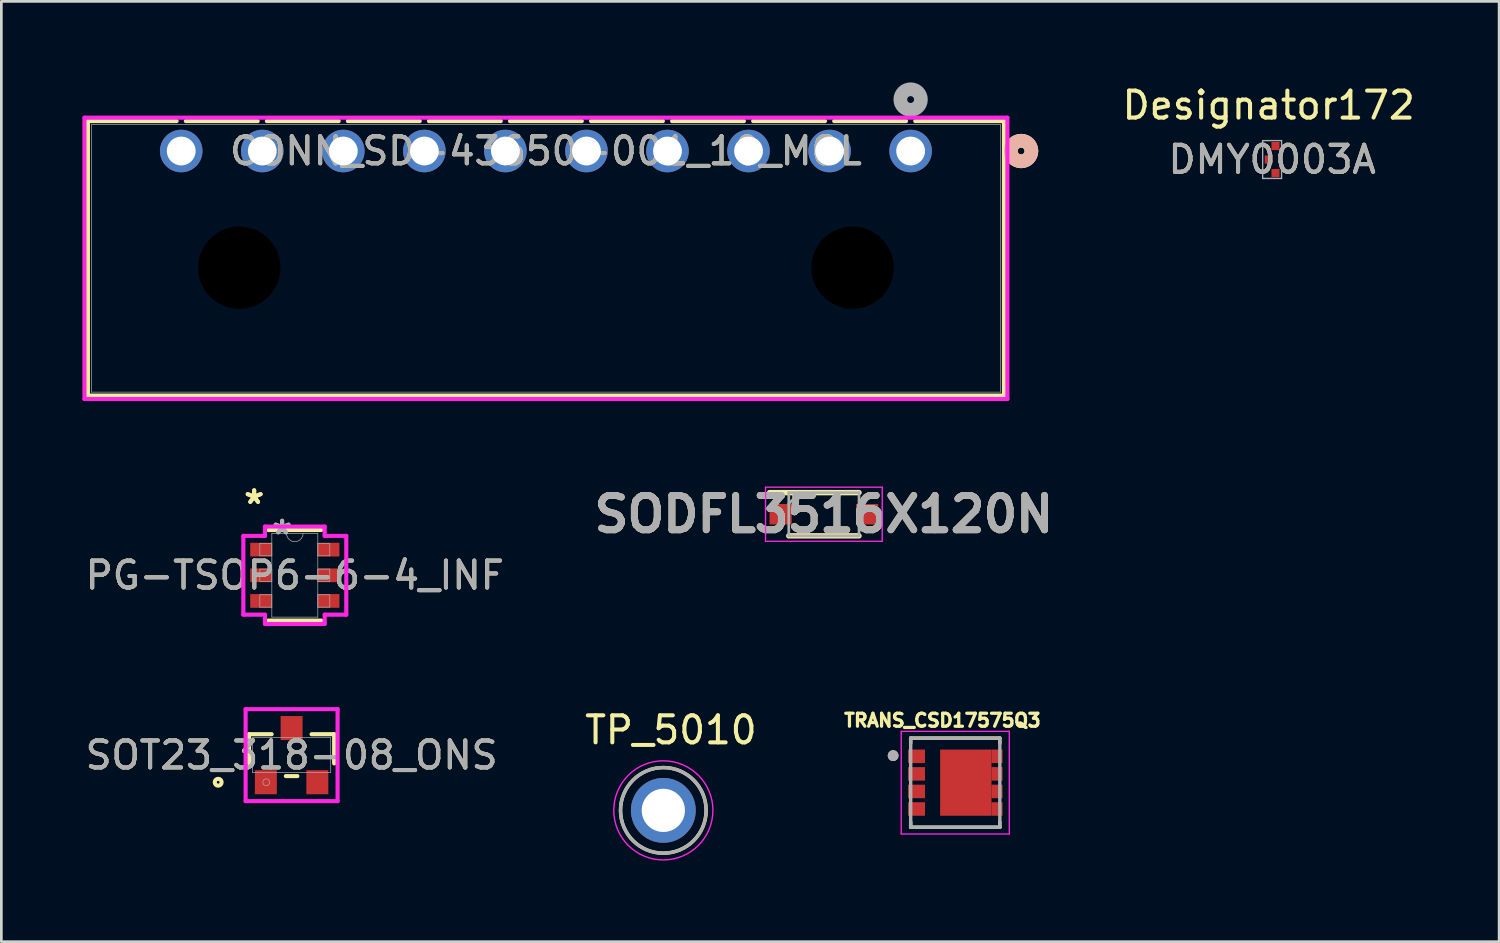
<source format=kicad_pcb>
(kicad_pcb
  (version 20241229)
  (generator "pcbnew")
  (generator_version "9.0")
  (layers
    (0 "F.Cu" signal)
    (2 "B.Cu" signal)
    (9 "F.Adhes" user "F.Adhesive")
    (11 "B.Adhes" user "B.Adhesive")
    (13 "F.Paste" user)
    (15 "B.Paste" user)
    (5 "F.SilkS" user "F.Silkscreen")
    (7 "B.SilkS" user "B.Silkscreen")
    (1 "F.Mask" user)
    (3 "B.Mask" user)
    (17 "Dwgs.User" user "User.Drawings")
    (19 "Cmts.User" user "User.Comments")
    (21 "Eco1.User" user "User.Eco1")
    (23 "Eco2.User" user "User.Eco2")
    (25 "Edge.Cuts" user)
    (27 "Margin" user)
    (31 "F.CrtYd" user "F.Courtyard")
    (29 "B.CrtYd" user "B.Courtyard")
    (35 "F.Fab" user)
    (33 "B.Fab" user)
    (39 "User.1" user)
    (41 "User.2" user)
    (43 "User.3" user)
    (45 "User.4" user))
  (footprint "TP_5010"
    (layer "F.Cu")
    (at 21.504 26.947)
    (property "Reference" "TP_5010" (at 0.28 -2.973 0) (layer "F.SilkS") (effects (font (size 1.001 1.001) (thickness 0.15))))
    (attr through_hole)
    (fp_circle (center 0 0) (end 1.585 0) (stroke (width 0.127) (type solid)) (fill no) (layer "F.SilkS"))
    (fp_circle (center 0 0) (end 1.835 0) (stroke (width 0.05) (type solid)) (fill no) (layer "F.CrtYd"))
    (fp_circle (center 0 0) (end 1.585 0) (stroke (width 0.127) (type solid)) (fill no) (layer "F.Fab"))
    (pad "1" thru_hole circle (at 0 0) (size 2.4 2.4) (drill 1.6) (layers "*.Cu" "*.Mask")))
  (footprint "SOT23_318-08_ONS"
    (layer "F.Cu")
    (at 7.744 24.903)
    (property "Reference" "SOT23_318-08_ONS" (at 0 0 0) (unlocked yes) (layer "F.SilkS") (effects (font (size 1 1) (thickness 0.15))))
    (attr smd)
    (fp_line (start -1.575 -0.775) (end -1.575 0.306) (stroke (width 0.152) (type solid)) (layer "F.SilkS"))
    (fp_line (start -0.739 -0.775) (end -1.575 -0.775) (stroke (width 0.152) (type solid)) (layer "F.SilkS"))
    (fp_line (start -0.213 0.775) (end 0.213 0.775) (stroke (width 0.152) (type solid)) (layer "F.SilkS"))
    (fp_line (start 1.575 -0.775) (end 0.739 -0.775) (stroke (width 0.152) (type solid)) (layer "F.SilkS"))
    (fp_line (start 1.575 0.306) (end 1.575 -0.775) (stroke (width 0.152) (type solid)) (layer "F.SilkS"))
    (fp_circle (center -2.718 1.003) (end -2.591 1.003) (stroke (width 0.152) (type solid)) (fill no) (layer "F.SilkS"))
    (fp_line (start -1.702 -1.702) (end 1.702 -1.702) (stroke (width 0.152) (type solid)) (layer "F.CrtYd"))
    (fp_line (start -1.702 1.702) (end -1.702 -1.702) (stroke (width 0.152) (type solid)) (layer "F.CrtYd"))
    (fp_line (start 1.702 -1.702) (end 1.702 1.702) (stroke (width 0.152) (type solid)) (layer "F.CrtYd"))
    (fp_line (start 1.702 1.702) (end -1.702 1.702) (stroke (width 0.152) (type solid)) (layer "F.CrtYd"))
    (fp_line (start -1.448 -0.648) (end -1.448 0.648) (stroke (width 0.025) (type solid)) (layer "F.Fab"))
    (fp_line (start -1.448 0.648) (end 1.448 0.648) (stroke (width 0.025) (type solid)) (layer "F.Fab"))
    (fp_line (start 1.448 -0.648) (end -1.448 -0.648) (stroke (width 0.025) (type solid)) (layer "F.Fab"))
    (fp_line (start 1.448 0.648) (end 1.448 -0.648) (stroke (width 0.025) (type solid)) (layer "F.Fab"))
    (fp_circle (center -0.94 1.003) (end -0.813 1.003) (stroke (width 0.025) (type solid)) (fill no) (layer "F.Fab"))
    (fp_text user "${REFERENCE}" (at 0 0 0) (unlocked yes) (layer "F.Fab") (effects (font (size 1 1) (thickness 0.15))))
    (pad "1" smd rect (at -0.953 1.003) (size 0.813 0.889) (layers "F.Cu" "F.Mask" "F.Paste"))
    (pad "2" smd rect (at 0.953 1.003) (size 0.813 0.889) (layers "F.Cu" "F.Mask" "F.Paste"))
    (pad "3" smd rect (at 0 -1.003) (size 0.813 0.889) (layers "F.Cu" "F.Mask" "F.Paste")))
  (footprint "SODFL3516X120N"
    (layer "F.Cu")
    (at 27.447 15.985)
    (property "Reference" "SODFL3516X120N" (at 0 0 0) (layer "F.SilkS") (effects (font (size 1.27 1.27) (thickness 0.254))))
    (attr smd)
    (fp_line (start -2.01 -0.8) (end 1.3 -0.8) (stroke (width 0.2) (type solid)) (layer "F.SilkS"))
    (fp_line (start -1.3 0.8) (end 1.3 0.8) (stroke (width 0.2) (type solid)) (layer "F.SilkS"))
    (fp_line (start -2.16 -1) (end 2.16 -1) (stroke (width 0.05) (type solid)) (layer "F.CrtYd"))
    (fp_line (start -2.16 1) (end -2.16 -1) (stroke (width 0.05) (type solid)) (layer "F.CrtYd"))
    (fp_line (start 2.16 -1) (end 2.16 1) (stroke (width 0.05) (type solid)) (layer "F.CrtYd"))
    (fp_line (start 2.16 1) (end -2.16 1) (stroke (width 0.05) (type solid)) (layer "F.CrtYd"))
    (fp_line (start -1.3 -0.8) (end 1.3 -0.8) (stroke (width 0.1) (type solid)) (layer "F.Fab"))
    (fp_line (start -1.3 -0.39) (end -0.89 -0.8) (stroke (width 0.1) (type solid)) (layer "F.Fab"))
    (fp_line (start -1.3 0.8) (end -1.3 -0.8) (stroke (width 0.1) (type solid)) (layer "F.Fab"))
    (fp_line (start 1.3 -0.8) (end 1.3 0.8) (stroke (width 0.1) (type solid)) (layer "F.Fab"))
    (fp_line (start 1.3 0.8) (end -1.3 0.8) (stroke (width 0.1) (type solid)) (layer "F.Fab"))
    (fp_text user "${REFERENCE}" (at 0 0 0) (layer "F.Fab") (effects (font (size 1.27 1.27) (thickness 0.254))))
    (pad "1" smd rect (at -1.6 0 90) (size 0.76 0.82) (layers "F.Cu" "F.Mask" "F.Paste"))
    (pad "2" smd rect (at 1.6 0 90) (size 0.76 0.82) (layers "F.Cu" "F.Mask" "F.Paste")))
  (footprint "CONN_SD-43650-001_10_MOL"
    (layer "F.Cu")
    (at 30.658 2.54)
    (property "Reference" "CONN_SD-43650-001_10_MOL" (at -13.5 0 0) (unlocked yes) (layer "F.SilkS") (effects (font (size 1 1) (thickness 0.15))))
    (attr through_hole)
    (fp_line (start -30.454 -1.107) (end -30.454 9.053) (stroke (width 0.152) (type solid)) (layer "F.SilkS"))
    (fp_line (start -30.454 9.053) (end 3.455 9.053) (stroke (width 0.152) (type solid)) (layer "F.SilkS"))
    (fp_line (start -27.171 -1.107) (end -30.454 -1.107) (stroke (width 0.152) (type solid)) (layer "F.SilkS"))
    (fp_line (start -24.171 -1.107) (end -26.829 -1.107) (stroke (width 0.152) (type solid)) (layer "F.SilkS"))
    (fp_line (start -21.171 -1.107) (end -23.829 -1.107) (stroke (width 0.152) (type solid)) (layer "F.SilkS"))
    (fp_line (start -18.171 -1.107) (end -20.829 -1.107) (stroke (width 0.152) (type solid)) (layer "F.SilkS"))
    (fp_line (start -15.171 -1.107) (end -17.829 -1.107) (stroke (width 0.152) (type solid)) (layer "F.SilkS"))
    (fp_line (start -12.171 -1.107) (end -14.829 -1.107) (stroke (width 0.152) (type solid)) (layer "F.SilkS"))
    (fp_line (start -9.171 -1.107) (end -11.829 -1.107) (stroke (width 0.152) (type solid)) (layer "F.SilkS"))
    (fp_line (start -6.171 -1.107) (end -8.829 -1.107) (stroke (width 0.152) (type solid)) (layer "F.SilkS"))
    (fp_line (start -3.171 -1.107) (end -5.829 -1.107) (stroke (width 0.152) (type solid)) (layer "F.SilkS"))
    (fp_line (start -0.171 -1.107) (end -2.829 -1.107) (stroke (width 0.152) (type solid)) (layer "F.SilkS"))
    (fp_line (start 3.455 -1.107) (end 0.171 -1.107) (stroke (width 0.152) (type solid)) (layer "F.SilkS"))
    (fp_line (start 3.455 9.053) (end 3.455 -1.107) (stroke (width 0.152) (type solid)) (layer "F.SilkS"))
    (fp_circle (center 4.09 0) (end 4.471 0) (stroke (width 0.508) (type solid)) (fill no) (layer "F.SilkS"))
    (fp_circle (center 4.09 0) (end 4.471 0) (stroke (width 0.508) (type solid)) (fill no) (layer "B.SilkS"))
    (fp_line (start -30.581 -1.234) (end -30.581 9.18) (stroke (width 0.152) (type solid)) (layer "F.CrtYd"))
    (fp_line (start -30.581 9.18) (end 3.582 9.18) (stroke (width 0.152) (type solid)) (layer "F.CrtYd"))
    (fp_line (start 3.582 -1.234) (end -30.581 -1.234) (stroke (width 0.152) (type solid)) (layer "F.CrtYd"))
    (fp_line (start 3.582 9.18) (end 3.582 -1.234) (stroke (width 0.152) (type solid)) (layer "F.CrtYd"))
    (fp_line (start -30.327 -0.98) (end -30.327 8.926) (stroke (width 0.025) (type solid)) (layer "F.Fab"))
    (fp_line (start -30.327 8.926) (end 3.328 8.926) (stroke (width 0.025) (type solid)) (layer "F.Fab"))
    (fp_line (start 3.328 -0.98) (end -30.327 -0.98) (stroke (width 0.025) (type solid)) (layer "F.Fab"))
    (fp_line (start 3.328 8.926) (end 3.328 -0.98) (stroke (width 0.025) (type solid)) (layer "F.Fab"))
    (fp_circle (center 0 -1.905) (end 0.381 -1.905) (stroke (width 0.508) (type solid)) (fill no) (layer "F.Fab"))
    (fp_text user "${REFERENCE}" (at -13.5 0 0) (unlocked yes) (layer "F.Fab") (effects (font (size 1 1) (thickness 0.15))))
    (pad "" np_thru_hole circle (at -24.85 4.32) (size 3.048 3.048) (drill 3.048) (layers))
    (pad "" np_thru_hole circle (at -2.15 4.32) (size 3.048 3.048) (drill 3.048) (layers))
    (pad "1" thru_hole circle (at 0 0) (size 1.575 1.575) (drill 1.067) (layers "*.Cu" "*.Mask"))
    (pad "2" thru_hole circle (at -3 0) (size 1.575 1.575) (drill 1.067) (layers "*.Cu" "*.Mask"))
    (pad "3" thru_hole circle (at -6 0) (size 1.575 1.575) (drill 1.067) (layers "*.Cu" "*.Mask"))
    (pad "4" thru_hole circle (at -9 0) (size 1.575 1.575) (drill 1.067) (layers "*.Cu" "*.Mask"))
    (pad "5" thru_hole circle (at -12 0) (size 1.575 1.575) (drill 1.067) (layers "*.Cu" "*.Mask"))
    (pad "6" thru_hole circle (at -15 0) (size 1.575 1.575) (drill 1.067) (layers "*.Cu" "*.Mask"))
    (pad "7" thru_hole circle (at -18 0) (size 1.575 1.575) (drill 1.067) (layers "*.Cu" "*.Mask"))
    (pad "8" thru_hole circle (at -21 0) (size 1.575 1.575) (drill 1.067) (layers "*.Cu" "*.Mask"))
    (pad "9" thru_hole circle (at -24 0) (size 1.575 1.575) (drill 1.067) (layers "*.Cu" "*.Mask"))
    (pad "10" thru_hole circle (at -27 0) (size 1.575 1.575) (drill 1.067) (layers "*.Cu" "*.Mask")))
  (footprint "PG-TSOP6-6-4_INF"
    (layer "F.Cu")
    (at 7.863 18.245)
    (property "Reference" "PG-TSOP6-6-4_INF" (at 0 0 0) (unlocked yes) (layer "F.SilkS") (effects (font (size 1 1) (thickness 0.15))))
    (attr smd)
    (fp_line (start -0.978 1.676) (end 0.978 1.676) (stroke (width 0.152) (type solid)) (layer "F.SilkS"))
    (fp_line (start 0.978 -1.676) (end -0.978 -1.676) (stroke (width 0.152) (type solid)) (layer "F.SilkS"))
    (fp_line (start -1.905 -1.458) (end -1.105 -1.458) (stroke (width 0.152) (type solid)) (layer "F.CrtYd"))
    (fp_line (start -1.905 1.458) (end -1.905 -1.458) (stroke (width 0.152) (type solid)) (layer "F.CrtYd"))
    (fp_line (start -1.905 1.458) (end -1.105 1.458) (stroke (width 0.152) (type solid)) (layer "F.CrtYd"))
    (fp_line (start -1.105 -1.803) (end 1.105 -1.803) (stroke (width 0.152) (type solid)) (layer "F.CrtYd"))
    (fp_line (start -1.105 -1.458) (end -1.105 -1.803) (stroke (width 0.152) (type solid)) (layer "F.CrtYd"))
    (fp_line (start -1.105 1.803) (end -1.105 1.458) (stroke (width 0.152) (type solid)) (layer "F.CrtYd"))
    (fp_line (start 1.105 -1.803) (end 1.105 -1.458) (stroke (width 0.152) (type solid)) (layer "F.CrtYd"))
    (fp_line (start 1.105 1.458) (end 1.105 1.803) (stroke (width 0.152) (type solid)) (layer "F.CrtYd"))
    (fp_line (start 1.105 1.803) (end -1.105 1.803) (stroke (width 0.152) (type solid)) (layer "F.CrtYd"))
    (fp_line (start 1.905 -1.458) (end 1.105 -1.458) (stroke (width 0.152) (type solid)) (layer "F.CrtYd"))
    (fp_line (start 1.905 -1.458) (end 1.905 1.458) (stroke (width 0.152) (type solid)) (layer "F.CrtYd"))
    (fp_line (start 1.905 1.458) (end 1.105 1.458) (stroke (width 0.152) (type solid)) (layer "F.CrtYd"))
    (fp_line (start -1.295 -1.179) (end -1.295 -0.721) (stroke (width 0.025) (type solid)) (layer "F.Fab"))
    (fp_line (start -1.295 -0.721) (end -0.851 -0.721) (stroke (width 0.025) (type solid)) (layer "F.Fab"))
    (fp_line (start -1.295 -0.229) (end -1.295 0.229) (stroke (width 0.025) (type solid)) (layer "F.Fab"))
    (fp_line (start -1.295 0.229) (end -0.851 0.229) (stroke (width 0.025) (type solid)) (layer "F.Fab"))
    (fp_line (start -1.295 0.721) (end -1.295 1.179) (stroke (width 0.025) (type solid)) (layer "F.Fab"))
    (fp_line (start -1.295 1.179) (end -0.851 1.179) (stroke (width 0.025) (type solid)) (layer "F.Fab"))
    (fp_line (start -0.851 -1.549) (end -0.851 1.549) (stroke (width 0.025) (type solid)) (layer "F.Fab"))
    (fp_line (start -0.851 -1.179) (end -1.295 -1.179) (stroke (width 0.025) (type solid)) (layer "F.Fab"))
    (fp_line (start -0.851 -0.721) (end -0.851 -1.179) (stroke (width 0.025) (type solid)) (layer "F.Fab"))
    (fp_line (start -0.851 -0.229) (end -1.295 -0.229) (stroke (width 0.025) (type solid)) (layer "F.Fab"))
    (fp_line (start -0.851 0.229) (end -0.851 -0.229) (stroke (width 0.025) (type solid)) (layer "F.Fab"))
    (fp_line (start -0.851 0.721) (end -1.295 0.721) (stroke (width 0.025) (type solid)) (layer "F.Fab"))
    (fp_line (start -0.851 1.179) (end -0.851 0.721) (stroke (width 0.025) (type solid)) (layer "F.Fab"))
    (fp_line (start -0.851 1.549) (end 0.851 1.549) (stroke (width 0.025) (type solid)) (layer "F.Fab"))
    (fp_line (start 0.851 -1.549) (end -0.851 -1.549) (stroke (width 0.025) (type solid)) (layer "F.Fab"))
    (fp_line (start 0.851 -1.179) (end 0.851 -0.721) (stroke (width 0.025) (type solid)) (layer "F.Fab"))
    (fp_line (start 0.851 -0.721) (end 1.295 -0.721) (stroke (width 0.025) (type solid)) (layer "F.Fab"))
    (fp_line (start 0.851 -0.229) (end 0.851 0.229) (stroke (width 0.025) (type solid)) (layer "F.Fab"))
    (fp_line (start 0.851 0.229) (end 1.295 0.229) (stroke (width 0.025) (type solid)) (layer "F.Fab"))
    (fp_line (start 0.851 0.721) (end 0.851 1.179) (stroke (width 0.025) (type solid)) (layer "F.Fab"))
    (fp_line (start 0.851 1.179) (end 1.295 1.179) (stroke (width 0.025) (type solid)) (layer "F.Fab"))
    (fp_line (start 0.851 1.549) (end 0.851 -1.549) (stroke (width 0.025) (type solid)) (layer "F.Fab"))
    (fp_line (start 1.295 -1.179) (end 0.851 -1.179) (stroke (width 0.025) (type solid)) (layer "F.Fab"))
    (fp_line (start 1.295 -0.721) (end 1.295 -1.179) (stroke (width 0.025) (type solid)) (layer "F.Fab"))
    (fp_line (start 1.295 -0.229) (end 0.851 -0.229) (stroke (width 0.025) (type solid)) (layer "F.Fab"))
    (fp_line (start 1.295 0.229) (end 1.295 -0.229) (stroke (width 0.025) (type solid)) (layer "F.Fab"))
    (fp_line (start 1.295 0.721) (end 0.851 0.721) (stroke (width 0.025) (type solid)) (layer "F.Fab"))
    (fp_line (start 1.295 1.179) (end 1.295 0.721) (stroke (width 0.025) (type solid)) (layer "F.Fab"))
    (fp_arc (start 0.3048 -1.5494) (mid 0 -1.2446) (end -0.3048 -1.5494) (stroke (width 0.0254) (type solid)) (layer "F.Fab"))
    (fp_text user "*" (at -1.505 -2.601 0) (unlocked yes) (layer "F.SilkS") (effects (font (size 1 1) (thickness 0.15))))
    (fp_text user "*" (at -1.505 -2.601 0) (layer "F.SilkS") (effects (font (size 1 1) (thickness 0.15))))
    (fp_text user "*" (at -0.47 -1.473 0) (unlocked yes) (layer "F.Fab") (effects (font (size 1 1) (thickness 0.15))))
    (fp_text user "*" (at -0.47 -1.473 0) (layer "F.Fab") (effects (font (size 1 1) (thickness 0.15))))
    (fp_text user "${REFERENCE}" (at 0 0 0) (unlocked yes) (layer "F.Fab") (effects (font (size 1 1) (thickness 0.15))))
    (pad "1" smd rect (at -1.251 -0.95) (size 0.8 0.508) (layers "F.Cu" "F.Mask" "F.Paste"))
    (pad "2" smd rect (at -1.251 0) (size 0.8 0.508) (layers "F.Cu" "F.Mask" "F.Paste"))
    (pad "3" smd rect (at -1.251 0.95) (size 0.8 0.508) (layers "F.Cu" "F.Mask" "F.Paste"))
    (pad "4" smd rect (at 1.251 0.95) (size 0.8 0.508) (layers "F.Cu" "F.Mask" "F.Paste"))
    (pad "5" smd rect (at 1.251 0) (size 0.8 0.508) (layers "F.Cu" "F.Mask" "F.Paste"))
    (pad "6" smd rect (at 1.251 -0.95) (size 0.8 0.508) (layers "F.Cu" "F.Mask" "F.Paste")))
  (footprint "TRANS_CSD17575Q3"
    (layer "F.Cu")
    (at 32.31 25.921)
    (property "Reference" "TRANS_CSD17575Q3" (at -0.476 -2.305 0) (layer "F.SilkS") (effects (font (size 0.48 0.48) (thickness 0.12))))
    (attr smd)
    (fp_line (start -1.65 -1.65) (end -1.65 -1.453) (stroke (width 0.127) (type solid)) (layer "F.SilkS"))
    (fp_line (start -1.65 1.453) (end -1.65 1.65) (stroke (width 0.127) (type solid)) (layer "F.SilkS"))
    (fp_line (start -1.65 1.65) (end 1.65 1.65) (stroke (width 0.127) (type solid)) (layer "F.SilkS"))
    (fp_line (start 1.65 -1.65) (end -1.65 -1.65) (stroke (width 0.127) (type solid)) (layer "F.SilkS"))
    (fp_line (start 1.65 -1.453) (end 1.65 -1.65) (stroke (width 0.127) (type solid)) (layer "F.SilkS"))
    (fp_line (start 1.65 1.65) (end 1.65 1.453) (stroke (width 0.127) (type solid)) (layer "F.SilkS"))
    (fp_circle (center -2.3 -1) (end -2.2 -1) (stroke (width 0.2) (type solid)) (fill no) (layer "F.SilkS"))
    (fp_poly (pts (xy -1.605 -1.2) (xy -1.265 -1.2) (xy -1.265 -0.75) (xy -1.605 -0.75)) (stroke (width 0.01) (type solid)) (fill yes) (layer "F.Paste"))
    (fp_poly (pts (xy -1.605 -0.55) (xy -1.265 -0.55) (xy -1.265 -0.1) (xy -1.605 -0.1)) (stroke (width 0.01) (type solid)) (fill yes) (layer "F.Paste"))
    (fp_poly (pts (xy -1.605 0.1) (xy -1.265 0.1) (xy -1.265 0.55) (xy -1.605 0.55)) (stroke (width 0.01) (type solid)) (fill yes) (layer "F.Paste"))
    (fp_poly (pts (xy -1.605 0.75) (xy -1.265 0.75) (xy -1.265 1.2) (xy -1.605 1.2)) (stroke (width 0.01) (type solid)) (fill yes) (layer "F.Paste"))
    (fp_poly (pts (xy -0.247 -1.357) (xy 0.772 -1.357) (xy 0.772 0.087) (xy -0.247 0.087)) (stroke (width 0.01) (type solid)) (fill yes) (layer "F.Paste"))
    (fp_poly (pts (xy -0.247 -0.087) (xy 0.772 -0.087) (xy 0.772 1.357) (xy -0.247 1.357)) (stroke (width 0.01) (type solid)) (fill yes) (layer "F.Paste"))
    (fp_poly (pts (xy 1.265 -1.2) (xy 1.605 -1.2) (xy 1.605 -0.75) (xy 1.265 -0.75)) (stroke (width 0.01) (type solid)) (fill yes) (layer "F.Paste"))
    (fp_poly (pts (xy 1.265 -0.55) (xy 1.605 -0.55) (xy 1.605 -0.1) (xy 1.265 -0.1)) (stroke (width 0.01) (type solid)) (fill yes) (layer "F.Paste"))
    (fp_poly (pts (xy 1.265 0.1) (xy 1.605 0.1) (xy 1.605 0.55) (xy 1.265 0.55)) (stroke (width 0.01) (type solid)) (fill yes) (layer "F.Paste"))
    (fp_poly (pts (xy 1.265 0.75) (xy 1.605 0.75) (xy 1.605 1.2) (xy 1.265 1.2)) (stroke (width 0.01) (type solid)) (fill yes) (layer "F.Paste"))
    (fp_line (start -2 -1.9) (end 2 -1.9) (stroke (width 0.05) (type solid)) (layer "F.CrtYd"))
    (fp_line (start -2 1.9) (end -2 -1.9) (stroke (width 0.05) (type solid)) (layer "F.CrtYd"))
    (fp_line (start 2 -1.9) (end 2 1.9) (stroke (width 0.05) (type solid)) (layer "F.CrtYd"))
    (fp_line (start 2 1.9) (end -2 1.9) (stroke (width 0.05) (type solid)) (layer "F.CrtYd"))
    (fp_line (start -1.65 -1.65) (end 1.65 -1.65) (stroke (width 0.127) (type solid)) (layer "F.Fab"))
    (fp_line (start -1.65 1.65) (end -1.65 -1.65) (stroke (width 0.127) (type solid)) (layer "F.Fab"))
    (fp_line (start 1.65 -1.65) (end 1.65 1.65) (stroke (width 0.127) (type solid)) (layer "F.Fab"))
    (fp_line (start 1.65 1.65) (end -1.65 1.65) (stroke (width 0.127) (type solid)) (layer "F.Fab"))
    (fp_circle (center -2.3 -1) (end -2.2 -1) (stroke (width 0.2) (type solid)) (fill no) (layer "F.Fab"))
    (pad "1" smd rect (at -1.435 -0.975) (size 0.63 0.5) (layers "F.Cu" "F.Mask"))
    (pad "2" smd rect (at -1.435 -0.325) (size 0.63 0.5) (layers "F.Cu" "F.Mask"))
    (pad "3" smd rect (at -1.435 0.325) (size 0.63 0.5) (layers "F.Cu" "F.Mask"))
    (pad "4" smd rect (at -1.435 0.975) (size 0.63 0.5) (layers "F.Cu" "F.Mask"))
    (pad "5" smd rect (at 1.545 0.975) (size 0.41 0.5) (layers "F.Cu" "F.Mask"))
    (pad "6" smd rect (at 1.545 0.325) (size 0.41 0.5) (layers "F.Cu" "F.Mask"))
    (pad "7" smd rect (at 1.545 -0.325) (size 0.41 0.5) (layers "F.Cu" "F.Mask"))
    (pad "8" smd rect (at 1.545 -0.975) (size 0.41 0.5) (layers "F.Cu" "F.Mask"))
    (pad "9" smd rect (at 0.39 0) (size 1.9 2.45) (layers "F.Cu" "F.Mask")))
  (footprint "DMY0003A"
    (layer "F.Cu")
    (at 44.039 2.855)
    (property "Reference" "DMY0003A" (at 0 0 0) (unlocked yes) (layer "F.SilkS") (effects (font (size 1 1) (thickness 0.15))))
    (attr smd)
    (fp_poly (pts (xy -0.23 0.055) (xy -0.23 -0.055) (xy -0.229 -0.064) (xy -0.226 -0.074) (xy -0.222 -0.083) (xy -0.215 -0.09) (xy -0.208 -0.097) (xy -0.199 -0.101) (xy -0.189 -0.104) (xy -0.18 -0.105) (xy -0.07 -0.105) (xy -0.061 -0.104) (xy -0.051 -0.101) (xy -0.042 -0.097) (xy -0.035 -0.09) (xy -0.028 -0.083) (xy -0.024 -0.074) (xy -0.021 -0.064) (xy -0.02 -0.055) (xy -0.02 0.055) (xy -0.021 0.064) (xy -0.024 0.074) (xy -0.028 0.083) (xy -0.035 0.09) (xy -0.042 0.097) (xy -0.051 0.101) (xy -0.061 0.104) (xy -0.07 0.105) (xy -0.18 0.105) (xy -0.189 0.104) (xy -0.199 0.101) (xy -0.208 0.097) (xy -0.215 0.09) (xy -0.222 0.083) (xy -0.226 0.074) (xy -0.229 0.064)) (stroke (width 0) (type solid)) (fill yes) (layer "F.Paste"))
    (fp_poly (pts (xy 0.02 -0.445) (xy 0.02 -0.555) (xy 0.021 -0.564) (xy 0.024 -0.574) (xy 0.028 -0.583) (xy 0.035 -0.59) (xy 0.042 -0.597) (xy 0.051 -0.601) (xy 0.061 -0.604) (xy 0.07 -0.605) (xy 0.18 -0.605) (xy 0.189 -0.604) (xy 0.199 -0.601) (xy 0.208 -0.597) (xy 0.215 -0.59) (xy 0.222 -0.583) (xy 0.226 -0.574) (xy 0.229 -0.564) (xy 0.23 -0.555) (xy 0.23 -0.445) (xy 0.229 -0.436) (xy 0.226 -0.426) (xy 0.222 -0.417) (xy 0.215 -0.41) (xy 0.208 -0.403) (xy 0.199 -0.399) (xy 0.189 -0.396) (xy 0.18 -0.395) (xy 0.07 -0.395) (xy 0.061 -0.396) (xy 0.051 -0.399) (xy 0.042 -0.403) (xy 0.035 -0.41) (xy 0.028 -0.417) (xy 0.024 -0.426) (xy 0.021 -0.436)) (stroke (width 0) (type solid)) (fill yes) (layer "F.Paste"))
    (fp_poly (pts (xy 0.02 0.555) (xy 0.02 0.445) (xy 0.021 0.436) (xy 0.024 0.426) (xy 0.028 0.417) (xy 0.035 0.41) (xy 0.042 0.403) (xy 0.051 0.399) (xy 0.061 0.396) (xy 0.07 0.395) (xy 0.18 0.395) (xy 0.189 0.396) (xy 0.199 0.399) (xy 0.208 0.403) (xy 0.215 0.41) (xy 0.222 0.417) (xy 0.226 0.426) (xy 0.229 0.436) (xy 0.23 0.445) (xy 0.23 0.555) (xy 0.229 0.564) (xy 0.226 0.574) (xy 0.222 0.583) (xy 0.215 0.59) (xy 0.208 0.597) (xy 0.199 0.601) (xy 0.189 0.604) (xy 0.18 0.605) (xy 0.07 0.605) (xy 0.061 0.604) (xy 0.051 0.601) (xy 0.042 0.597) (xy 0.035 0.59) (xy 0.028 0.583) (xy 0.024 0.574) (xy 0.021 0.564)) (stroke (width 0) (type solid)) (fill yes) (layer "F.Paste"))
    (fp_line (start -0.35 -0.7) (end 0.35 -0.7) (stroke (width 0.05) (type solid)) (layer "F.Fab"))
    (fp_line (start -0.35 0.7) (end -0.35 -0.7) (stroke (width 0.05) (type solid)) (layer "F.Fab"))
    (fp_line (start -0.35 0.7) (end 0.35 0.7) (stroke (width 0.05) (type solid)) (layer "F.Fab"))
    (fp_line (start 0.35 0.7) (end 0.35 -0.7) (stroke (width 0.05) (type solid)) (layer "F.Fab"))
    (fp_text user "Designator172" (at -0.127 -2.007 0) (unlocked yes) (layer "F.SilkS") (effects (font (size 1 1) (thickness 0.15))))
    (fp_text user "${REFERENCE}" (at 0 0 0) (unlocked yes) (layer "F.Fab") (effects (font (size 1 1) (thickness 0.15))))
    (pad "1" smd rect (at -0.125 0) (size 0.3 0.3) (layers "F.Cu" "F.Mask"))
    (pad "2" smd rect (at 0.125 0.5) (size 0.3 0.3) (layers "F.Cu" "F.Mask"))
    (pad "3" smd rect (at 0.125 -0.5) (size 0.3 0.3) (layers "F.Cu" "F.Mask")))
  (gr_rect
    (start -3 -3)
    (end 52.442 31.807)
    (stroke (width 0.1) (type default))
    (fill no)
    (layer "Edge.Cuts")))
</source>
